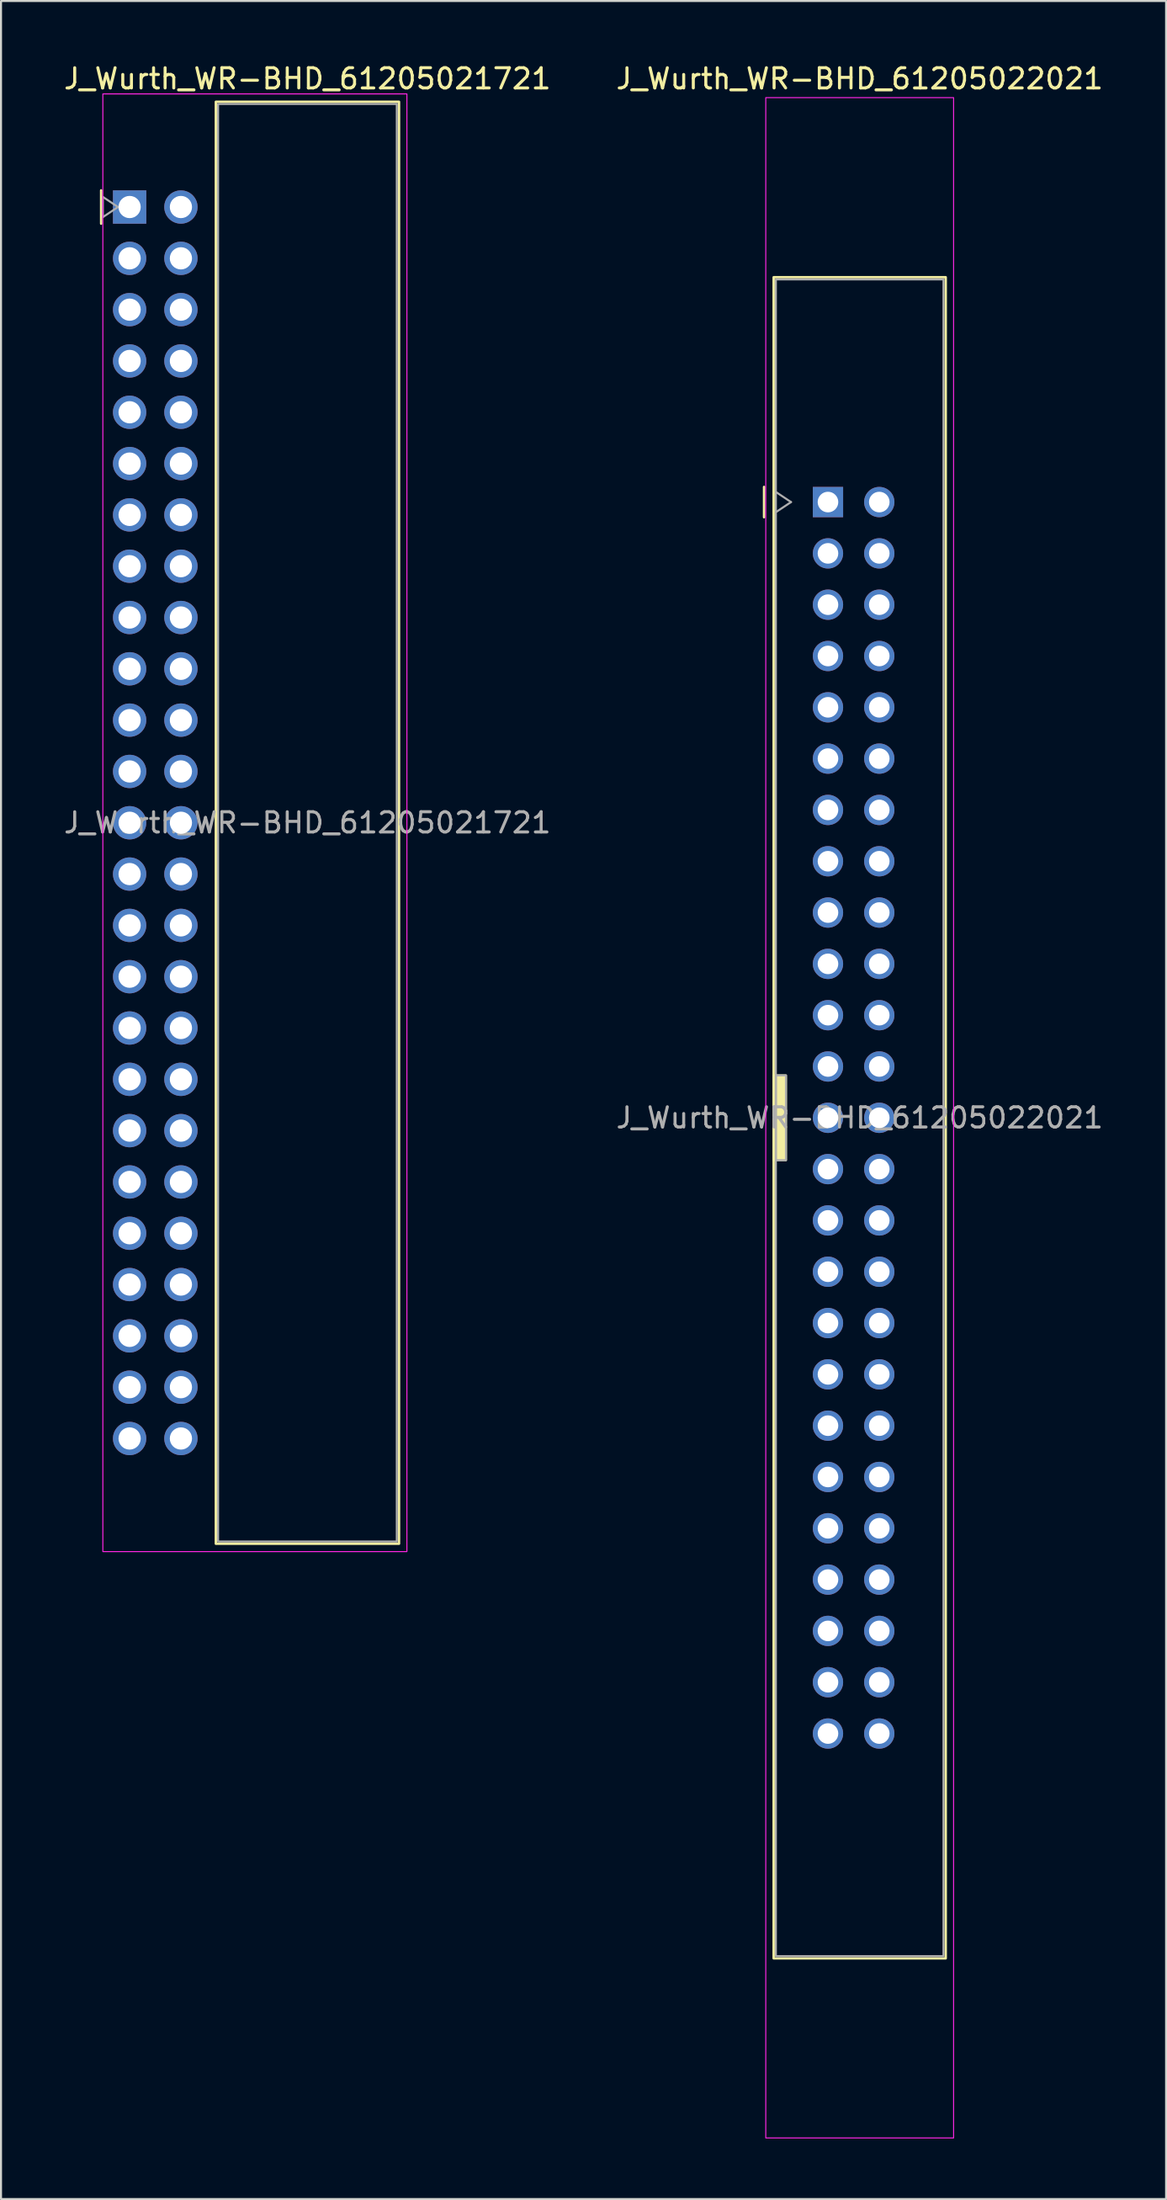
<source format=kicad_pcb>
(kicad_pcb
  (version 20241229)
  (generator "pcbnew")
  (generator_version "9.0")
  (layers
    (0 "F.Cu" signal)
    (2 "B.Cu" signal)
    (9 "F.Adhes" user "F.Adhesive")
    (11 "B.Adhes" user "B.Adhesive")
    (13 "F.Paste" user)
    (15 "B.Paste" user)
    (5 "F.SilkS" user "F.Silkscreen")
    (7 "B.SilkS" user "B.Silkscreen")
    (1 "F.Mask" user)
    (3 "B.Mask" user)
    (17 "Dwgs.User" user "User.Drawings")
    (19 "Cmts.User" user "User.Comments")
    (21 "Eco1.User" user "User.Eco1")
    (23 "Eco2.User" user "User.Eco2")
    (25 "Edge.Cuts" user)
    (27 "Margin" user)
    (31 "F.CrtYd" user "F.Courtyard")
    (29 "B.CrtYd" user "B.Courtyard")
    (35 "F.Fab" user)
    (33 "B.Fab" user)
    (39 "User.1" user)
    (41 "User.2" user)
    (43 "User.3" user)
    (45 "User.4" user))
  (footprint "J_Wurth_WR-BHD_61205022021"
    (layer "F.Cu")
    (at 37.948 21.803)
    (property "Reference" "J_Wurth_WR-BHD_61205022021" (at 1.57 -20.955 0) (unlocked yes) (layer "F.SilkS") (effects (font (size 1 1) (thickness 0.15))))
    (attr through_hole)
    (fp_line (start -3.165 -0.75) (end -3.165 0.75) (stroke (width 0.12) (type solid)) (layer "F.SilkS"))
    (fp_rect (start -2.69 -11.13) (end 5.83 72.09) (stroke (width 0.12) (type solid)) (fill no) (layer "F.SilkS"))
    (fp_rect (start -2.69 28.38) (end -2.08 32.58) (stroke (width 0.1) (type solid)) (fill yes) (layer "F.SilkS"))
    (fp_rect (start -3.08 -20.02) (end 6.22 80.98) (stroke (width 0.05) (type solid)) (fill no) (layer "F.CrtYd"))
    (fp_line (start -1.83 0) (end -2.58 -0.5) (stroke (width 0.1) (type solid)) (layer "F.Fab"))
    (fp_line (start -1.83 0) (end -2.58 0.5) (stroke (width 0.1) (type solid)) (layer "F.Fab"))
    (fp_rect (start -2.58 -11.02) (end 5.72 71.98) (stroke (width 0.1) (type solid)) (fill no) (layer "F.Fab"))
    (fp_rect (start -2.58 28.38) (end -2.08 32.58) (stroke (width 0.1) (type solid)) (fill no) (layer "F.Fab"))
    (fp_text user "${REFERENCE}" (at 1.57 30.48 0) (unlocked yes) (layer "F.Fab") (effects (font (size 1 1) (thickness 0.15))))
    (pad "1" thru_hole rect (at 0 0 270) (size 1.5 1.5) (drill 1.02) (layers "*.Cu" "*.Mask"))
    (pad "2" thru_hole circle (at 2.54 0 270) (size 1.5 1.5) (drill 1.02) (layers "*.Cu" "*.Mask"))
    (pad "3" thru_hole circle (at 0 2.54 270) (size 1.5 1.5) (drill 1.02) (layers "*.Cu" "*.Mask"))
    (pad "4" thru_hole circle (at 2.54 2.54 270) (size 1.5 1.5) (drill 1.02) (layers "*.Cu" "*.Mask"))
    (pad "5" thru_hole circle (at 0 5.08 270) (size 1.5 1.5) (drill 1.02) (layers "*.Cu" "*.Mask"))
    (pad "6" thru_hole circle (at 2.54 5.08 270) (size 1.5 1.5) (drill 1.02) (layers "*.Cu" "*.Mask"))
    (pad "7" thru_hole circle (at 0 7.62 270) (size 1.5 1.5) (drill 1.02) (layers "*.Cu" "*.Mask"))
    (pad "8" thru_hole circle (at 2.54 7.62 270) (size 1.5 1.5) (drill 1.02) (layers "*.Cu" "*.Mask"))
    (pad "9" thru_hole circle (at 0 10.16 270) (size 1.5 1.5) (drill 1.02) (layers "*.Cu" "*.Mask"))
    (pad "10" thru_hole circle (at 2.54 10.16 270) (size 1.5 1.5) (drill 1.02) (layers "*.Cu" "*.Mask"))
    (pad "11" thru_hole circle (at 0 12.7 270) (size 1.5 1.5) (drill 1.02) (layers "*.Cu" "*.Mask"))
    (pad "12" thru_hole circle (at 2.54 12.7 270) (size 1.5 1.5) (drill 1.02) (layers "*.Cu" "*.Mask"))
    (pad "13" thru_hole circle (at 0 15.24 270) (size 1.5 1.5) (drill 1.02) (layers "*.Cu" "*.Mask"))
    (pad "14" thru_hole circle (at 2.54 15.24 270) (size 1.5 1.5) (drill 1.02) (layers "*.Cu" "*.Mask"))
    (pad "15" thru_hole circle (at 0 17.78 270) (size 1.5 1.5) (drill 1.02) (layers "*.Cu" "*.Mask"))
    (pad "16" thru_hole circle (at 2.54 17.78 270) (size 1.5 1.5) (drill 1.02) (layers "*.Cu" "*.Mask"))
    (pad "17" thru_hole circle (at 0 20.32 270) (size 1.5 1.5) (drill 1.02) (layers "*.Cu" "*.Mask"))
    (pad "18" thru_hole circle (at 2.54 20.32 270) (size 1.5 1.5) (drill 1.02) (layers "*.Cu" "*.Mask"))
    (pad "19" thru_hole circle (at 0 22.86 270) (size 1.5 1.5) (drill 1.02) (layers "*.Cu" "*.Mask"))
    (pad "20" thru_hole circle (at 2.54 22.86 270) (size 1.5 1.5) (drill 1.02) (layers "*.Cu" "*.Mask"))
    (pad "21" thru_hole circle (at 0 25.4 270) (size 1.5 1.5) (drill 1.02) (layers "*.Cu" "*.Mask"))
    (pad "22" thru_hole circle (at 2.54 25.4 270) (size 1.5 1.5) (drill 1.02) (layers "*.Cu" "*.Mask"))
    (pad "23" thru_hole circle (at 0 27.94 270) (size 1.5 1.5) (drill 1.02) (layers "*.Cu" "*.Mask"))
    (pad "24" thru_hole circle (at 2.54 27.94 270) (size 1.5 1.5) (drill 1.02) (layers "*.Cu" "*.Mask"))
    (pad "25" thru_hole circle (at 0 30.48 270) (size 1.5 1.5) (drill 1.02) (layers "*.Cu" "*.Mask"))
    (pad "26" thru_hole circle (at 2.54 30.48 270) (size 1.5 1.5) (drill 1.02) (layers "*.Cu" "*.Mask"))
    (pad "27" thru_hole circle (at 0 33.02 270) (size 1.5 1.5) (drill 1.02) (layers "*.Cu" "*.Mask"))
    (pad "28" thru_hole circle (at 2.54 33.02 270) (size 1.5 1.5) (drill 1.02) (layers "*.Cu" "*.Mask"))
    (pad "29" thru_hole circle (at 0 35.56 270) (size 1.5 1.5) (drill 1.02) (layers "*.Cu" "*.Mask"))
    (pad "30" thru_hole circle (at 2.54 35.56 270) (size 1.5 1.5) (drill 1.02) (layers "*.Cu" "*.Mask"))
    (pad "31" thru_hole circle (at 0 38.1 270) (size 1.5 1.5) (drill 1.02) (layers "*.Cu" "*.Mask"))
    (pad "32" thru_hole circle (at 2.54 38.1 270) (size 1.5 1.5) (drill 1.02) (layers "*.Cu" "*.Mask"))
    (pad "33" thru_hole circle (at 0 40.64 270) (size 1.5 1.5) (drill 1.02) (layers "*.Cu" "*.Mask"))
    (pad "34" thru_hole circle (at 2.54 40.64 270) (size 1.5 1.5) (drill 1.02) (layers "*.Cu" "*.Mask"))
    (pad "35" thru_hole circle (at 0 43.18 270) (size 1.5 1.5) (drill 1.02) (layers "*.Cu" "*.Mask"))
    (pad "36" thru_hole circle (at 2.54 43.18 270) (size 1.5 1.5) (drill 1.02) (layers "*.Cu" "*.Mask"))
    (pad "37" thru_hole circle (at 0 45.72 270) (size 1.5 1.5) (drill 1.02) (layers "*.Cu" "*.Mask"))
    (pad "38" thru_hole circle (at 2.54 45.72 270) (size 1.5 1.5) (drill 1.02) (layers "*.Cu" "*.Mask"))
    (pad "39" thru_hole circle (at 0 48.26 270) (size 1.5 1.5) (drill 1.02) (layers "*.Cu" "*.Mask"))
    (pad "40" thru_hole circle (at 2.54 48.26 270) (size 1.5 1.5) (drill 1.02) (layers "*.Cu" "*.Mask"))
    (pad "41" thru_hole circle (at 0 50.8 270) (size 1.5 1.5) (drill 1.02) (layers "*.Cu" "*.Mask"))
    (pad "42" thru_hole circle (at 2.54 50.8 270) (size 1.5 1.5) (drill 1.02) (layers "*.Cu" "*.Mask"))
    (pad "43" thru_hole circle (at 0 53.34 270) (size 1.5 1.5) (drill 1.02) (layers "*.Cu" "*.Mask"))
    (pad "44" thru_hole circle (at 2.54 53.34 270) (size 1.5 1.5) (drill 1.02) (layers "*.Cu" "*.Mask"))
    (pad "45" thru_hole circle (at 0 55.88 270) (size 1.5 1.5) (drill 1.02) (layers "*.Cu" "*.Mask"))
    (pad "46" thru_hole circle (at 2.54 55.88 270) (size 1.5 1.5) (drill 1.02) (layers "*.Cu" "*.Mask"))
    (pad "47" thru_hole circle (at 0 58.42 270) (size 1.5 1.5) (drill 1.02) (layers "*.Cu" "*.Mask"))
    (pad "48" thru_hole circle (at 2.54 58.42 270) (size 1.5 1.5) (drill 1.02) (layers "*.Cu" "*.Mask"))
    (pad "49" thru_hole circle (at 0 60.96 270) (size 1.5 1.5) (drill 1.02) (layers "*.Cu" "*.Mask"))
    (pad "50" thru_hole circle (at 2.54 60.96 270) (size 1.5 1.5) (drill 1.02) (layers "*.Cu" "*.Mask")))
  (footprint "J_Wurth_WR-BHD_61205021721"
    (layer "F.Cu")
    (at 3.368 7.198)
    (property "Reference" "J_Wurth_WR-BHD_61205021721" (at 8.805 -6.35 0) (unlocked yes) (layer "F.SilkS") (effects (font (size 1 1) (thickness 0.15))))
    (attr through_hole)
    (fp_line (start -1.41 0.825) (end -1.41 -0.825) (stroke (width 0.12) (type solid)) (layer "F.SilkS"))
    (fp_rect (start 4.27 -5.21) (end 13.34 66.17) (stroke (width 0.12) (type solid)) (fill no) (layer "F.SilkS"))
    (fp_rect (start -1.325 -5.6) (end 13.73 66.56) (stroke (width 0.05) (type solid)) (fill no) (layer "F.CrtYd"))
    (fp_line (start -1.325 0.5) (end -1.325 -0.5) (stroke (width 0.1) (type default)) (layer "F.Fab"))
    (fp_line (start -0.575 0) (end -1.325 -0.5) (stroke (width 0.1) (type solid)) (layer "F.Fab"))
    (fp_line (start -0.575 0) (end -1.325 0.5) (stroke (width 0.1) (type solid)) (layer "F.Fab"))
    (fp_rect (start 4.38 -5.1) (end 13.23 66.06) (stroke (width 0.1) (type solid)) (fill no) (layer "F.Fab"))
    (fp_text user "${REFERENCE}" (at 8.805 30.48 0) (unlocked yes) (layer "F.Fab") (effects (font (size 1 1) (thickness 0.15))))
    (pad "1" thru_hole rect (at 0 0 90) (size 1.65 1.65) (drill 1.1) (layers "*.Cu" "*.Mask"))
    (pad "2" thru_hole circle (at 2.54 0 90) (size 1.65 1.65) (drill 1.1) (layers "*.Cu" "*.Mask"))
    (pad "3" thru_hole circle (at 0 2.54 90) (size 1.65 1.65) (drill 1.1) (layers "*.Cu" "*.Mask"))
    (pad "4" thru_hole circle (at 2.54 2.54 90) (size 1.65 1.65) (drill 1.1) (layers "*.Cu" "*.Mask"))
    (pad "5" thru_hole circle (at 0 5.08 90) (size 1.65 1.65) (drill 1.1) (layers "*.Cu" "*.Mask"))
    (pad "6" thru_hole circle (at 2.54 5.08 90) (size 1.65 1.65) (drill 1.1) (layers "*.Cu" "*.Mask"))
    (pad "7" thru_hole circle (at 0 7.62 90) (size 1.65 1.65) (drill 1.1) (layers "*.Cu" "*.Mask"))
    (pad "8" thru_hole circle (at 2.54 7.62 90) (size 1.65 1.65) (drill 1.1) (layers "*.Cu" "*.Mask"))
    (pad "9" thru_hole circle (at 0 10.16 90) (size 1.65 1.65) (drill 1.1) (layers "*.Cu" "*.Mask"))
    (pad "10" thru_hole circle (at 2.54 10.16 90) (size 1.65 1.65) (drill 1.1) (layers "*.Cu" "*.Mask"))
    (pad "11" thru_hole circle (at 0 12.7 90) (size 1.65 1.65) (drill 1.1) (layers "*.Cu" "*.Mask"))
    (pad "12" thru_hole circle (at 2.54 12.7 90) (size 1.65 1.65) (drill 1.1) (layers "*.Cu" "*.Mask"))
    (pad "13" thru_hole circle (at 0 15.24 90) (size 1.65 1.65) (drill 1.1) (layers "*.Cu" "*.Mask"))
    (pad "14" thru_hole circle (at 2.54 15.24 90) (size 1.65 1.65) (drill 1.1) (layers "*.Cu" "*.Mask"))
    (pad "15" thru_hole circle (at 0 17.78 90) (size 1.65 1.65) (drill 1.1) (layers "*.Cu" "*.Mask"))
    (pad "16" thru_hole circle (at 2.54 17.78 90) (size 1.65 1.65) (drill 1.1) (layers "*.Cu" "*.Mask"))
    (pad "17" thru_hole circle (at 0 20.32 90) (size 1.65 1.65) (drill 1.1) (layers "*.Cu" "*.Mask"))
    (pad "18" thru_hole circle (at 2.54 20.32 90) (size 1.65 1.65) (drill 1.1) (layers "*.Cu" "*.Mask"))
    (pad "19" thru_hole circle (at 0 22.86 90) (size 1.65 1.65) (drill 1.1) (layers "*.Cu" "*.Mask"))
    (pad "20" thru_hole circle (at 2.54 22.86 90) (size 1.65 1.65) (drill 1.1) (layers "*.Cu" "*.Mask"))
    (pad "21" thru_hole circle (at 0 25.4 90) (size 1.65 1.65) (drill 1.1) (layers "*.Cu" "*.Mask"))
    (pad "22" thru_hole circle (at 2.54 25.4 90) (size 1.65 1.65) (drill 1.1) (layers "*.Cu" "*.Mask"))
    (pad "23" thru_hole circle (at 0 27.94 90) (size 1.65 1.65) (drill 1.1) (layers "*.Cu" "*.Mask"))
    (pad "24" thru_hole circle (at 2.54 27.94 90) (size 1.65 1.65) (drill 1.1) (layers "*.Cu" "*.Mask"))
    (pad "25" thru_hole circle (at 0 30.48 90) (size 1.65 1.65) (drill 1.1) (layers "*.Cu" "*.Mask"))
    (pad "26" thru_hole circle (at 2.54 30.48 90) (size 1.65 1.65) (drill 1.1) (layers "*.Cu" "*.Mask"))
    (pad "27" thru_hole circle (at 0 33.02 90) (size 1.65 1.65) (drill 1.1) (layers "*.Cu" "*.Mask"))
    (pad "28" thru_hole circle (at 2.54 33.02 90) (size 1.65 1.65) (drill 1.1) (layers "*.Cu" "*.Mask"))
    (pad "29" thru_hole circle (at 0 35.56 90) (size 1.65 1.65) (drill 1.1) (layers "*.Cu" "*.Mask"))
    (pad "30" thru_hole circle (at 2.54 35.56 90) (size 1.65 1.65) (drill 1.1) (layers "*.Cu" "*.Mask"))
    (pad "31" thru_hole circle (at 0 38.1 90) (size 1.65 1.65) (drill 1.1) (layers "*.Cu" "*.Mask"))
    (pad "32" thru_hole circle (at 2.54 38.1 90) (size 1.65 1.65) (drill 1.1) (layers "*.Cu" "*.Mask"))
    (pad "33" thru_hole circle (at 0 40.64 90) (size 1.65 1.65) (drill 1.1) (layers "*.Cu" "*.Mask"))
    (pad "34" thru_hole circle (at 2.54 40.64 90) (size 1.65 1.65) (drill 1.1) (layers "*.Cu" "*.Mask"))
    (pad "35" thru_hole circle (at 0 43.18 90) (size 1.65 1.65) (drill 1.1) (layers "*.Cu" "*.Mask"))
    (pad "36" thru_hole circle (at 2.54 43.18 90) (size 1.65 1.65) (drill 1.1) (layers "*.Cu" "*.Mask"))
    (pad "37" thru_hole circle (at 0 45.72 90) (size 1.65 1.65) (drill 1.1) (layers "*.Cu" "*.Mask"))
    (pad "38" thru_hole circle (at 2.54 45.72 90) (size 1.65 1.65) (drill 1.1) (layers "*.Cu" "*.Mask"))
    (pad "39" thru_hole circle (at 0 48.26 90) (size 1.65 1.65) (drill 1.1) (layers "*.Cu" "*.Mask"))
    (pad "40" thru_hole circle (at 2.54 48.26 90) (size 1.65 1.65) (drill 1.1) (layers "*.Cu" "*.Mask"))
    (pad "41" thru_hole circle (at 0 50.8 90) (size 1.65 1.65) (drill 1.1) (layers "*.Cu" "*.Mask"))
    (pad "42" thru_hole circle (at 2.54 50.8 90) (size 1.65 1.65) (drill 1.1) (layers "*.Cu" "*.Mask"))
    (pad "43" thru_hole circle (at 0 53.34 90) (size 1.65 1.65) (drill 1.1) (layers "*.Cu" "*.Mask"))
    (pad "44" thru_hole circle (at 2.54 53.34 90) (size 1.65 1.65) (drill 1.1) (layers "*.Cu" "*.Mask"))
    (pad "45" thru_hole circle (at 0 55.88 90) (size 1.65 1.65) (drill 1.1) (layers "*.Cu" "*.Mask"))
    (pad "46" thru_hole circle (at 2.54 55.88 90) (size 1.65 1.65) (drill 1.1) (layers "*.Cu" "*.Mask"))
    (pad "47" thru_hole circle (at 0 58.42 90) (size 1.65 1.65) (drill 1.1) (layers "*.Cu" "*.Mask"))
    (pad "48" thru_hole circle (at 2.54 58.42 90) (size 1.65 1.65) (drill 1.1) (layers "*.Cu" "*.Mask"))
    (pad "49" thru_hole circle (at 0 60.96 90) (size 1.65 1.65) (drill 1.1) (layers "*.Cu" "*.Mask"))
    (pad "50" thru_hole circle (at 2.54 60.96 90) (size 1.65 1.65) (drill 1.1) (layers "*.Cu" "*.Mask")))
  (gr_rect
    (start -3 -3)
    (end 54.69 105.808)
    (stroke (width 0.1) (type default))
    (fill no)
    (layer "Edge.Cuts")))
</source>
